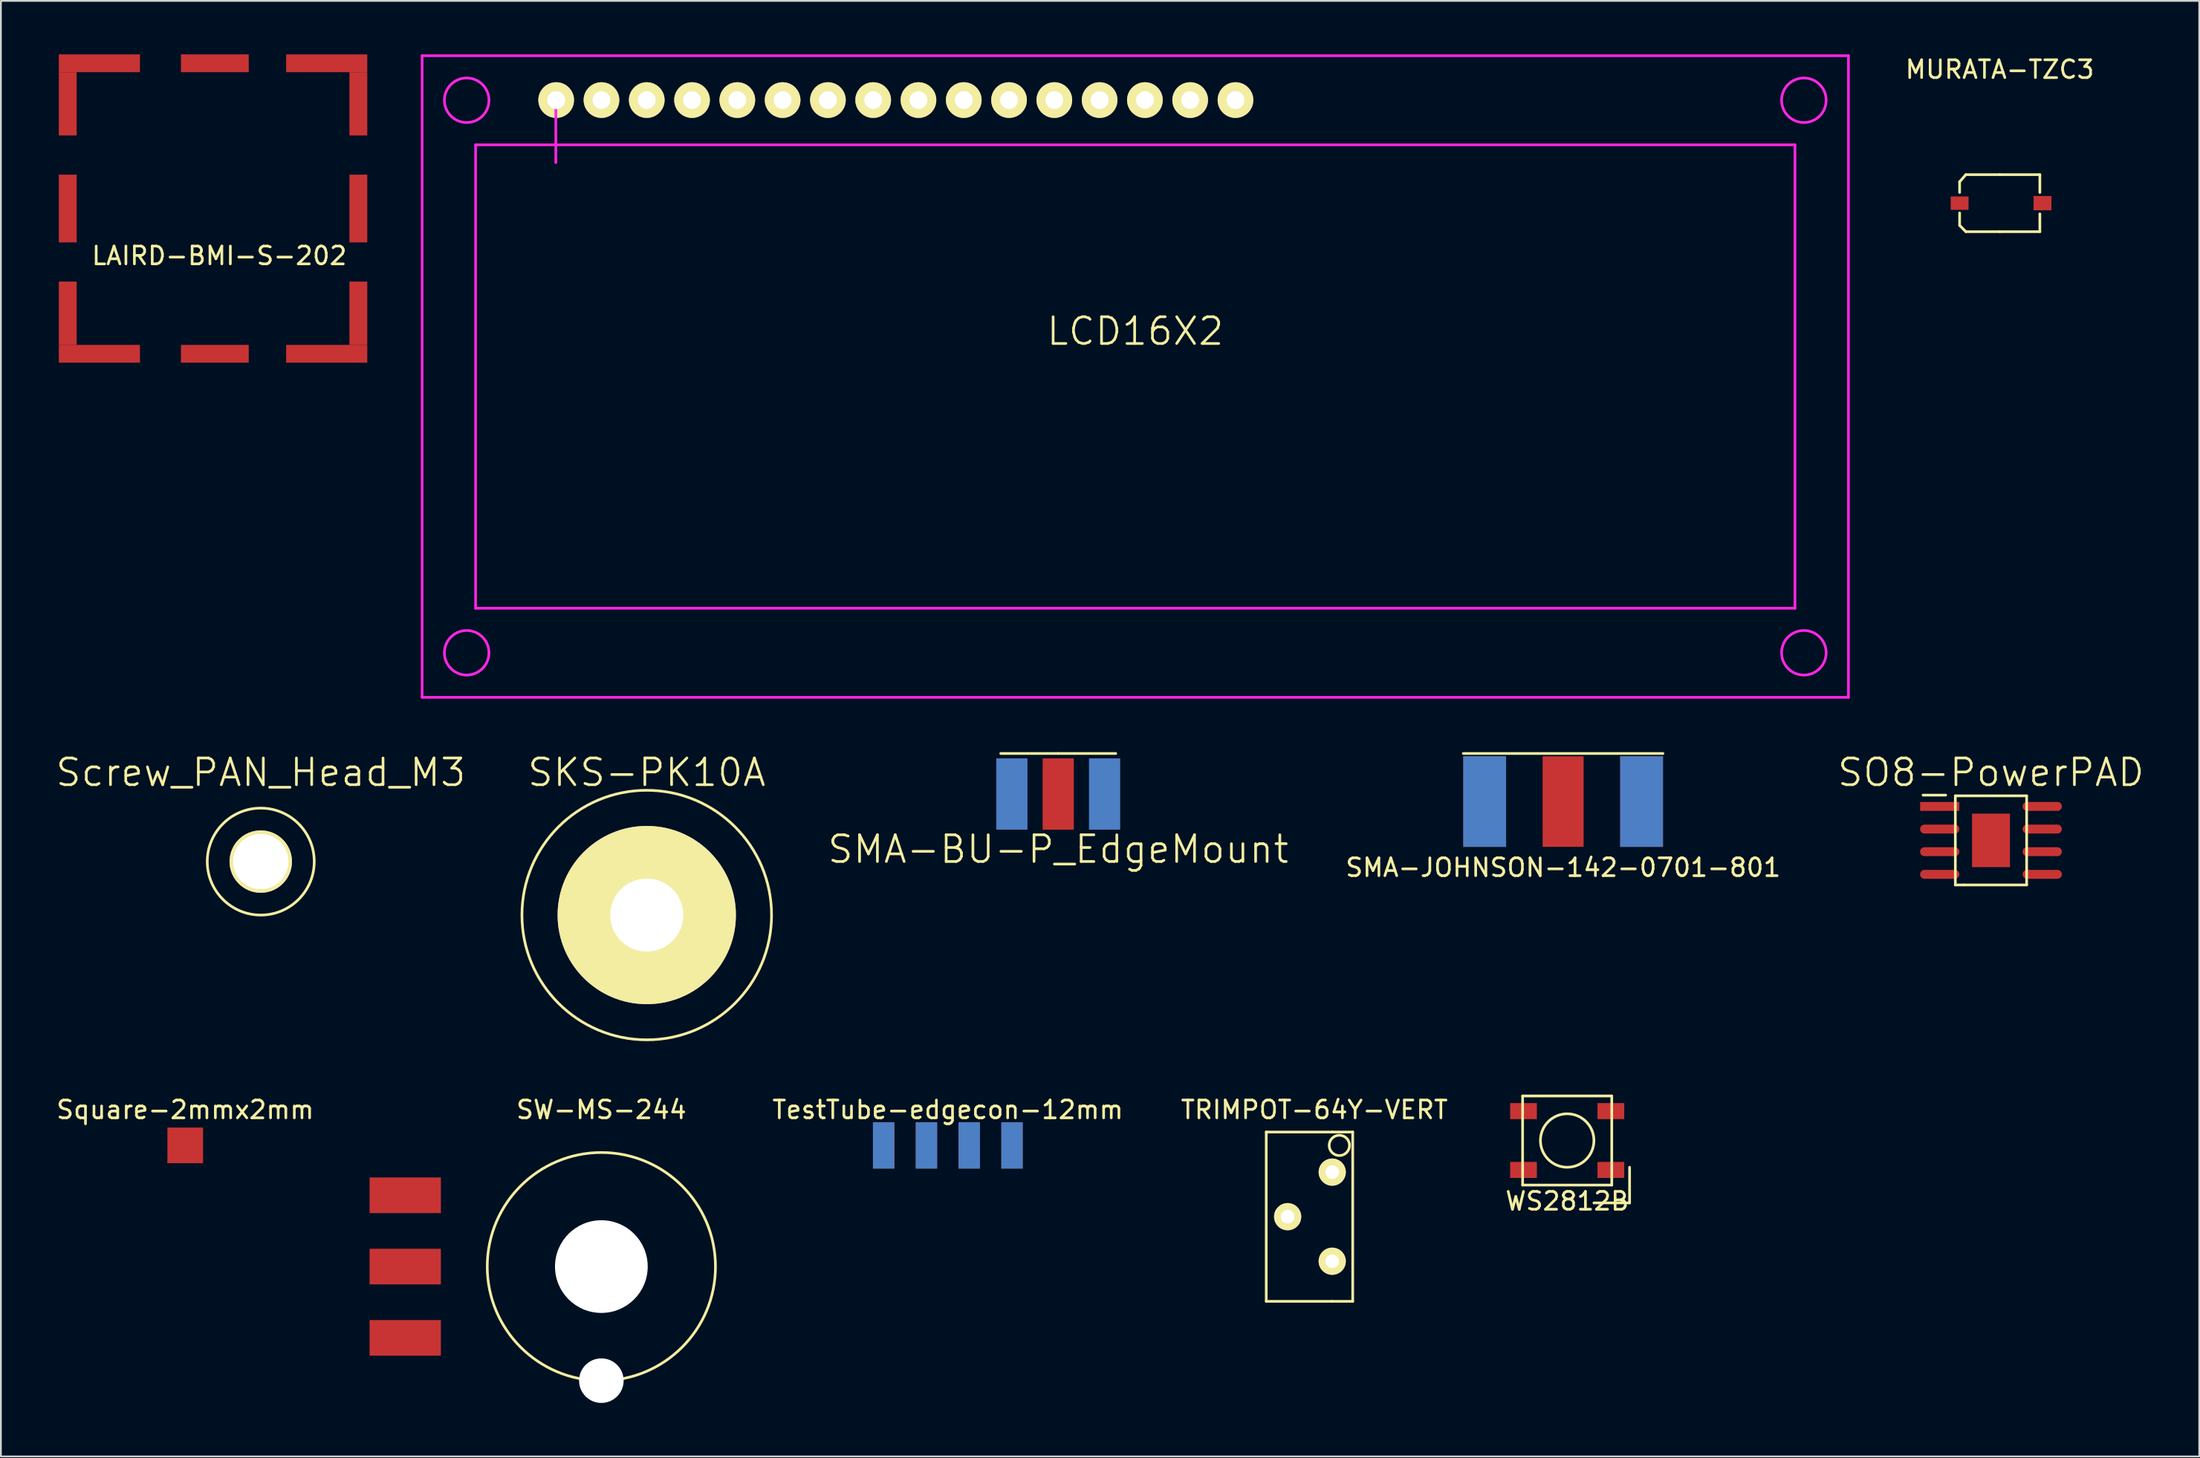
<source format=kicad_pcb>
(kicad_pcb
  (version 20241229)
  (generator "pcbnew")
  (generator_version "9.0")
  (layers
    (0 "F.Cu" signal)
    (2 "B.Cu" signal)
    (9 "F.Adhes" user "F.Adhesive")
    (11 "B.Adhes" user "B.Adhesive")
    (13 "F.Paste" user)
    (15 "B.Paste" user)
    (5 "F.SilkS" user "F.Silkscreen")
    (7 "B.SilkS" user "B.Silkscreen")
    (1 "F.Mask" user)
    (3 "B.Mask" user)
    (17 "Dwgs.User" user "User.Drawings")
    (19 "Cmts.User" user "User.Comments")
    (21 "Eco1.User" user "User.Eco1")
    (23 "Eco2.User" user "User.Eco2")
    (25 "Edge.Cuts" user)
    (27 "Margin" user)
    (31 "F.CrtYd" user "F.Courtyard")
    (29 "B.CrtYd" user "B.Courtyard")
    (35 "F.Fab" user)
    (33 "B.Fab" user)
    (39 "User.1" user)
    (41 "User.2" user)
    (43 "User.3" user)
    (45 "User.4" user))
  (footprint "LCD16X2"
    (layer "F.Cu")
    (at 60.625 18.075)
    (property "Reference" "LCD16X2" (at 0 -2.54 0) (layer "F.SilkS") (effects (font (size 1.5 1.5) (thickness 0.15))))
    (attr through_hole)
    (fp_line (start -40 -18) (end 40 -18) (stroke (width 0.15) (type solid)) (layer "F.CrtYd"))
    (fp_line (start -40 18) (end -40 -18) (stroke (width 0.15) (type solid)) (layer "F.CrtYd"))
    (fp_line (start -37 -13) (end 37 -13) (stroke (width 0.15) (type solid)) (layer "F.CrtYd"))
    (fp_line (start -37 13) (end -37 -13) (stroke (width 0.15) (type solid)) (layer "F.CrtYd"))
    (fp_line (start -32.5 -15.5) (end -32.5 -12) (stroke (width 0.15) (type solid)) (layer "F.CrtYd"))
    (fp_line (start 37 -13) (end 37 13) (stroke (width 0.15) (type solid)) (layer "F.CrtYd"))
    (fp_line (start 37 13) (end -37 13) (stroke (width 0.15) (type solid)) (layer "F.CrtYd"))
    (fp_line (start 40 -18) (end 40 18) (stroke (width 0.15) (type solid)) (layer "F.CrtYd"))
    (fp_line (start 40 18) (end -40 18) (stroke (width 0.15) (type solid)) (layer "F.CrtYd"))
    (fp_circle (center -37.5 -15.5) (end -36.25 -15.5) (stroke (width 0.15) (type solid)) (fill no) (layer "F.CrtYd"))
    (fp_circle (center -37.5 15.5) (end -36.25 15.5) (stroke (width 0.15) (type solid)) (fill no) (layer "F.CrtYd"))
    (fp_circle (center 37.5 -15.5) (end 36.25 -15.5) (stroke (width 0.15) (type solid)) (fill no) (layer "F.CrtYd"))
    (fp_circle (center 37.5 15.5) (end 37.5 14.25) (stroke (width 0.15) (type solid)) (fill no) (layer "F.CrtYd"))
    (pad "1" thru_hole circle (at -32.48 -15.51) (size 2 2) (drill 1) (layers "*.Cu" "*.Mask" "F.SilkS"))
    (pad "2" thru_hole circle (at -29.94 -15.51) (size 2 2) (drill 1) (layers "*.Cu" "*.Mask" "F.SilkS"))
    (pad "3" thru_hole circle (at -27.4 -15.51) (size 2 2) (drill 1) (layers "*.Cu" "*.Mask" "F.SilkS"))
    (pad "4" thru_hole circle (at -24.86 -15.51) (size 2 2) (drill 1) (layers "*.Cu" "*.Mask" "F.SilkS"))
    (pad "5" thru_hole circle (at -22.32 -15.51) (size 2 2) (drill 1) (layers "*.Cu" "*.Mask" "F.SilkS"))
    (pad "6" thru_hole circle (at -19.78 -15.51) (size 2 2) (drill 1) (layers "*.Cu" "*.Mask" "F.SilkS"))
    (pad "7" thru_hole circle (at -17.24 -15.51) (size 2 2) (drill 1) (layers "*.Cu" "*.Mask" "F.SilkS"))
    (pad "8" thru_hole circle (at -14.7 -15.51) (size 2 2) (drill 1) (layers "*.Cu" "*.Mask" "F.SilkS"))
    (pad "9" thru_hole circle (at -12.16 -15.51) (size 2 2) (drill 1) (layers "*.Cu" "*.Mask" "F.SilkS"))
    (pad "10" thru_hole circle (at -9.62 -15.51) (size 2 2) (drill 1) (layers "*.Cu" "*.Mask" "F.SilkS"))
    (pad "11" thru_hole circle (at -7.08 -15.51) (size 2 2) (drill 1) (layers "*.Cu" "*.Mask" "F.SilkS"))
    (pad "12" thru_hole circle (at -4.54 -15.51) (size 2 2) (drill 1) (layers "*.Cu" "*.Mask" "F.SilkS"))
    (pad "13" thru_hole circle (at -2 -15.51) (size 2 2) (drill 1) (layers "*.Cu" "*.Mask" "F.SilkS"))
    (pad "14" thru_hole circle (at 0.54 -15.51) (size 2 2) (drill 1) (layers "*.Cu" "*.Mask" "F.SilkS"))
    (pad "15" thru_hole circle (at 3.08 -15.51) (size 2 2) (drill 1) (layers "*.Cu" "*.Mask" "F.SilkS"))
    (pad "16" thru_hole circle (at 5.62 -15.51) (size 2 2) (drill 1) (layers "*.Cu" "*.Mask" "F.SilkS")))
  (footprint "Square-2mmx2mm"
    (layer "F.Cu")
    (at 7.339 61.214)
    (property "Reference" "Square-2mmx2mm" (at 0 -2 0) (layer "F.SilkS") (effects (font (size 1 1) (thickness 0.15))))
    (attr through_hole)
    (pad "1" smd rect (at 0 0) (size 2 2) (layers "F.Cu" "F.Mask" "F.Paste")))
  (footprint "Screw_PAN_Head_M3"
    (layer "F.Cu")
    (at 11.575 45.291)
    (property "Reference" "Screw_PAN_Head_M3" (at 0 -5 0) (layer "F.SilkS") (effects (font (size 1.5 1.5) (thickness 0.15))))
    (attr through_hole)
    (fp_circle (center 0 0) (end 3 0) (stroke (width 0.15) (type solid)) (fill no) (layer "F.SilkS"))
    (pad "" np_thru_hole circle (at 0 0) (size 3.5 3.5) (drill 3.1) (layers "*.Cu" "*.Mask" "F.SilkS")))
  (footprint "WS2812B"
    (layer "F.Cu")
    (at 84.85 60.941)
    (property "Reference" "WS2812B" (at 0 3.4 0) (layer "F.SilkS") (effects (font (size 1 1) (thickness 0.15))))
    (attr through_hole)
    (fp_line (start -2.5 -2.5) (end 2.5 -2.5) (stroke (width 0.15) (type solid)) (layer "F.SilkS"))
    (fp_line (start -2.5 2.5) (end -2.5 -2.5) (stroke (width 0.15) (type solid)) (layer "F.SilkS"))
    (fp_line (start 1.5 3.5) (end 3.5 3.5) (stroke (width 0.15) (type solid)) (layer "F.SilkS"))
    (fp_line (start 2.5 -2.5) (end 2.5 2.5) (stroke (width 0.15) (type solid)) (layer "F.SilkS"))
    (fp_line (start 2.5 2.5) (end -2.5 2.5) (stroke (width 0.15) (type solid)) (layer "F.SilkS"))
    (fp_line (start 3.5 3.5) (end 3.5 1.5) (stroke (width 0.15) (type solid)) (layer "F.SilkS"))
    (fp_circle (center 0 0) (end 0 -1.5) (stroke (width 0.15) (type solid)) (fill no) (layer "F.SilkS"))
    (pad "1" smd rect (at -2.45 -1.65) (size 1.5 0.9) (layers "F.Cu" "F.Mask" "F.Paste"))
    (pad "2" smd rect (at -2.45 1.65) (size 1.5 0.9) (layers "F.Cu" "F.Mask" "F.Paste"))
    (pad "3" smd rect (at 2.45 1.65) (size 1.5 0.9) (layers "F.Cu" "F.Mask" "F.Paste"))
    (pad "4" smd rect (at 2.45 -1.65) (size 1.5 0.9) (layers "F.Cu" "F.Mask" "F.Paste")))
  (footprint "SW-MS-244"
    (layer "F.Cu")
    (at 30.679 68.014)
    (property "Reference" "SW-MS-244" (at 0 -8.8 0) (layer "F.SilkS") (effects (font (size 1 1) (thickness 0.15))))
    (attr through_hole)
    (fp_circle (center 0 0) (end 0 6.4) (stroke (width 0.15) (type solid)) (fill no) (layer "F.SilkS"))
    (pad "" np_thru_hole circle (at 0 0) (size 5.2 5.2) (drill 5.2) (layers "*.Cu" "*.Mask"))
    (pad "" np_thru_hole circle (at 0 6.4) (size 2.5 2.5) (drill 2.5) (layers "*.Cu" "*.Mask"))
    (pad "1" smd rect (at -11 -4) (size 4 2) (layers "F.Cu" "F.Mask" "F.Paste"))
    (pad "2" smd rect (at -11 0) (size 4 2) (layers "F.Cu" "F.Mask" "F.Paste"))
    (pad "3" smd rect (at -11 4) (size 4 2) (layers "F.Cu" "F.Mask" "F.Paste")))
  (footprint "TRIMPOT-64Y-VERT"
    (layer "F.Cu")
    (at 71.671 65.214)
    (property "Reference" "TRIMPOT-64Y-VERT" (at -1 -6 0) (layer "F.SilkS") (effects (font (size 1 1) (thickness 0.15))))
    (attr through_hole)
    (fp_line (start -3.7 -4.75) (end -3.7 4.75) (stroke (width 0.15) (type solid)) (layer "F.SilkS"))
    (fp_line (start 0 -4.75) (end -3.7 -4.75) (stroke (width 0.15) (type solid)) (layer "F.SilkS"))
    (fp_line (start 0 -4.75) (end 1.15 -4.75) (stroke (width 0.15) (type solid)) (layer "F.SilkS"))
    (fp_line (start 0 4.75) (end -3.7 4.75) (stroke (width 0.15) (type solid)) (layer "F.SilkS"))
    (fp_line (start 0 4.75) (end 1.15 4.75) (stroke (width 0.15) (type solid)) (layer "F.SilkS"))
    (fp_line (start 1.15 4.75) (end 1.15 -4.75) (stroke (width 0.15) (type solid)) (layer "F.SilkS"))
    (fp_circle (center 0.4 -4) (end 0.05 -3.55) (stroke (width 0.15) (type solid)) (fill no) (layer "F.SilkS"))
    (pad "1" thru_hole circle (at 0 -2.5) (size 1.524 1.524) (drill 0.762) (layers "*.Cu" "*.Mask" "F.SilkS"))
    (pad "2" thru_hole circle (at -2.5 0) (size 1.524 1.524) (drill 0.762) (layers "*.Cu" "*.Mask" "F.SilkS"))
    (pad "3" thru_hole circle (at 0 2.5) (size 1.524 1.524) (drill 0.762) (layers "*.Cu" "*.Mask" "F.SilkS")))
  (footprint "SMA-JOHNSON-142-0701-801"
    (layer "F.Cu")
    (at 84.623 41.925)
    (property "Reference" "SMA-JOHNSON-142-0701-801" (at 0 3.7 0) (layer "F.SilkS") (effects (font (size 1 1) (thickness 0.15))))
    (attr through_hole)
    (fp_line (start -5.6 -2.7) (end 5.6 -2.7) (stroke (width 0.15) (type solid)) (layer "F.SilkS"))
    (pad "1" smd rect (at 0 0) (size 2.3 5.08) (layers "F.Cu" "F.Mask" "F.Paste"))
    (pad "2" smd rect (at -4.4 0) (size 2.4 5.08) (layers "F.Cu" "F.Mask" "F.Paste"))
    (pad "2" smd rect (at -4.4 0) (size 2.4 5.08) (layers "B.Cu" "B.Mask" "B.Paste"))
    (pad "2" smd rect (at 4.4 0) (size 2.4 5.08) (layers "F.Cu" "F.Mask" "F.Paste"))
    (pad "2" smd rect (at 4.4 0) (size 2.4 5.08) (layers "B.Cu" "B.Mask" "B.Paste")))
  (footprint "SMA-BU-P_EdgeMount"
    (layer "F.Cu")
    (at 56.304 41.5)
    (property "Reference" "SMA-BU-P_EdgeMount" (at 0 3.1 0) (layer "F.SilkS") (effects (font (size 1.5 1.5) (thickness 0.15))))
    (attr through_hole)
    (fp_line (start 0 -2.275) (end -3.225 -2.275) (stroke (width 0.15) (type solid)) (layer "F.SilkS"))
    (fp_line (start 0 -2.275) (end 3.225 -2.275) (stroke (width 0.15) (type solid)) (layer "F.SilkS"))
    (pad "1" smd rect (at 0 0) (size 1.75 4) (layers "F.Cu" "F.Mask" "F.Paste"))
    (pad "2" smd rect (at -2.6 0) (size 1.75 4) (layers "B.Cu" "B.Mask" "B.Paste"))
    (pad "2" smd rect (at 2.6 0) (size 1.75 4) (layers "B.Cu" "B.Mask" "B.Paste")))
  (footprint "LAIRD-BMI-S-202"
    (layer "F.Cu")
    (at 0.25 17.3)
    (property "Reference" "LAIRD-BMI-S-202" (at 9 -6 0) (layer "F.SilkS") (effects (font (size 1 1) (thickness 0.15))))
    (attr through_hole)
    (pad "1" connect rect (at 0.5 -14.525 180) (size 1 3.55) (layers "F.Cu" "F.Mask"))
    (pad "1" connect rect (at 0.5 -8.65) (size 1 3.8) (layers "F.Cu" "F.Mask"))
    (pad "1" connect rect (at 0.5 -2.775) (size 1 3.55) (layers "F.Cu" "F.Mask"))
    (pad "1" connect rect (at 2.275 -16.8) (size 4.55 1) (layers "F.Cu" "F.Mask"))
    (pad "1" connect rect (at 2.275 -0.5) (size 4.55 1) (layers "F.Cu" "F.Mask"))
    (pad "1" connect rect (at 8.75 -16.8) (size 3.8 1) (layers "F.Cu" "F.Mask"))
    (pad "1" connect rect (at 8.75 -0.5) (size 3.8 1) (layers "F.Cu" "F.Mask"))
    (pad "1" connect rect (at 15.025 -16.8 180) (size 4.55 1) (layers "F.Cu" "F.Mask"))
    (pad "1" connect rect (at 15.025 -0.5) (size 4.55 1) (layers "F.Cu" "F.Mask"))
    (pad "1" connect rect (at 16.8 -14.525 180) (size 1 3.55) (layers "F.Cu" "F.Mask"))
    (pad "1" connect rect (at 16.8 -8.65) (size 1 3.8) (layers "F.Cu" "F.Mask"))
    (pad "1" connect rect (at 16.8 -2.775) (size 1 3.55) (layers "F.Cu" "F.Mask")))
  (footprint "MURATA-TZC3"
    (layer "F.Cu")
    (at 109.111 8.348)
    (property "Reference" "MURATA-TZC3" (at 0 -7.5 0) (layer "F.SilkS") (effects (font (size 1 1) (thickness 0.15))))
    (attr through_hole)
    (fp_line (start -2.25 -1.2) (end -1.9 -1.6) (stroke (width 0.15) (type solid)) (layer "F.SilkS"))
    (fp_line (start -2.25 -0.6) (end -2.25 -1.2) (stroke (width 0.15) (type solid)) (layer "F.SilkS"))
    (fp_line (start -2.25 0.55) (end -2.25 1.25) (stroke (width 0.15) (type solid)) (layer "F.SilkS"))
    (fp_line (start -1.9 1.6) (end -2.25 1.25) (stroke (width 0.15) (type solid)) (layer "F.SilkS"))
    (fp_line (start -1.9 1.6) (end 0 1.6) (stroke (width 0.15) (type solid)) (layer "F.SilkS"))
    (fp_line (start 0 -1.6) (end -1.9 -1.6) (stroke (width 0.15) (type solid)) (layer "F.SilkS"))
    (fp_line (start 0 -1.6) (end 2.25 -1.6) (stroke (width 0.15) (type solid)) (layer "F.SilkS"))
    (fp_line (start 0 1.6) (end 2.25 1.6) (stroke (width 0.15) (type solid)) (layer "F.SilkS"))
    (fp_line (start 2.25 -0.6) (end 2.25 -1.6) (stroke (width 0.15) (type solid)) (layer "F.SilkS"))
    (fp_line (start 2.25 1.6) (end 2.25 0.6) (stroke (width 0.15) (type solid)) (layer "F.SilkS"))
    (pad "1" smd rect (at -2.25 0) (size 1 0.75) (layers "F.Cu" "F.Mask" "F.Paste"))
    (pad "2" smd rect (at 2.4 0) (size 1 0.8) (layers "F.Cu" "F.Mask" "F.Paste")))
  (footprint "SKS-PK10A"
    (layer "F.Cu")
    (at 33.225 48.291)
    (property "Reference" "SKS-PK10A" (at 0 -8 0) (layer "F.SilkS") (effects (font (size 1.5 1.5) (thickness 0.15))))
    (attr through_hole)
    (fp_circle (center 0 0) (end 7 0) (stroke (width 0.15) (type solid)) (fill no) (layer "F.SilkS"))
    (pad "1" thru_hole circle (at 0 0) (size 10 10) (drill 4.1) (layers "*.Cu" "*.Mask" "F.SilkS")))
  (footprint "SO8-PowerPAD"
    (layer "F.Cu")
    (at 108.62 44.101)
    (property "Reference" "SO8-PowerPAD" (at 0 -3.81 0) (layer "F.SilkS") (effects (font (size 1.5 1.5) (thickness 0.15))))
    (attr through_hole)
    (fp_line (start -3.81 -2.54) (end -2.54 -2.54) (stroke (width 0.15) (type solid)) (layer "F.SilkS"))
    (fp_line (start -2 -2.5) (end 2 -2.5) (stroke (width 0.15) (type solid)) (layer "F.SilkS"))
    (fp_line (start -2 2.5) (end -2 -2.5) (stroke (width 0.15) (type solid)) (layer "F.SilkS"))
    (fp_line (start -1.5 2.5) (end -2 2.5) (stroke (width 0.15) (type solid)) (layer "F.SilkS"))
    (fp_line (start 2 -2.5) (end 2 2.5) (stroke (width 0.15) (type solid)) (layer "F.SilkS"))
    (fp_line (start 2 2.5) (end -1.5 2.5) (stroke (width 0.15) (type solid)) (layer "F.SilkS"))
    (pad "" smd rect (at 0 0) (size 2.13 3) (layers "B.Mask"))
    (pad "1" smd rect (at -2.875 -1.905) (size 2.2 0.5) (layers "F.Cu" "F.Mask" "F.Paste"))
    (pad "2" smd oval (at -2.875 -0.635) (size 2.2 0.5) (layers "F.Cu" "F.Mask" "F.Paste"))
    (pad "3" smd oval (at -2.875 0.635) (size 2.2 0.5) (layers "F.Cu" "F.Mask" "F.Paste"))
    (pad "4" smd oval (at -2.875 1.905) (size 2.2 0.5) (layers "F.Cu" "F.Mask" "F.Paste"))
    (pad "5" smd oval (at 2.875 1.905) (size 2.2 0.5) (layers "F.Cu" "F.Mask" "F.Paste"))
    (pad "6" smd oval (at 2.875 0.635) (size 2.2 0.5) (layers "F.Cu" "F.Mask" "F.Paste"))
    (pad "7" smd oval (at 2.875 -0.635) (size 2.2 0.5) (layers "F.Cu" "F.Mask" "F.Paste"))
    (pad "8" smd oval (at 2.875 -1.905) (size 2.2 0.5) (layers "F.Cu" "F.Mask" "F.Paste"))
    (pad "9" smd rect (at 0 0) (size 2.13 3) (layers "F.Cu" "F.Mask" "F.Paste")))
  (footprint "TestTube-edgecon-12mm"
    (layer "F.Cu")
    (at 50.112 61.214)
    (property "Reference" "TestTube-edgecon-12mm" (at 0 -2 0) (layer "F.SilkS") (effects (font (size 1 1) (thickness 0.15))))
    (attr through_hole)
    (pad "1" smd rect (at -3.6 0) (size 1.2 2.6) (layers "F.Cu" "F.Mask" "F.Paste"))
    (pad "2" smd rect (at -1.2 0) (size 1.2 2.6) (layers "F.Cu" "F.Mask" "F.Paste"))
    (pad "3" smd rect (at 1.2 0) (size 1.2 2.6) (layers "F.Cu" "F.Mask" "F.Paste"))
    (pad "4" smd rect (at 3.6 0) (size 1.2 2.6) (layers "F.Cu" "F.Mask" "F.Paste"))
    (pad "5" smd rect (at -3.6 0) (size 1.2 2.6) (layers "B.Cu" "B.Mask" "B.Paste"))
    (pad "6" smd rect (at -1.2 0) (size 1.2 2.6) (layers "B.Cu" "B.Mask" "B.Paste"))
    (pad "7" smd rect (at 1.2 0) (size 1.2 2.6) (layers "B.Cu" "B.Mask" "B.Paste"))
    (pad "8" smd rect (at 3.6 0) (size 1.2 2.6) (layers "B.Cu" "B.Mask" "B.Paste")))
  (gr_rect
    (start -3 -3)
    (end 120.302 78.664)
    (stroke (width 0.1) (type default))
    (fill no)
    (layer "Edge.Cuts")))
</source>
